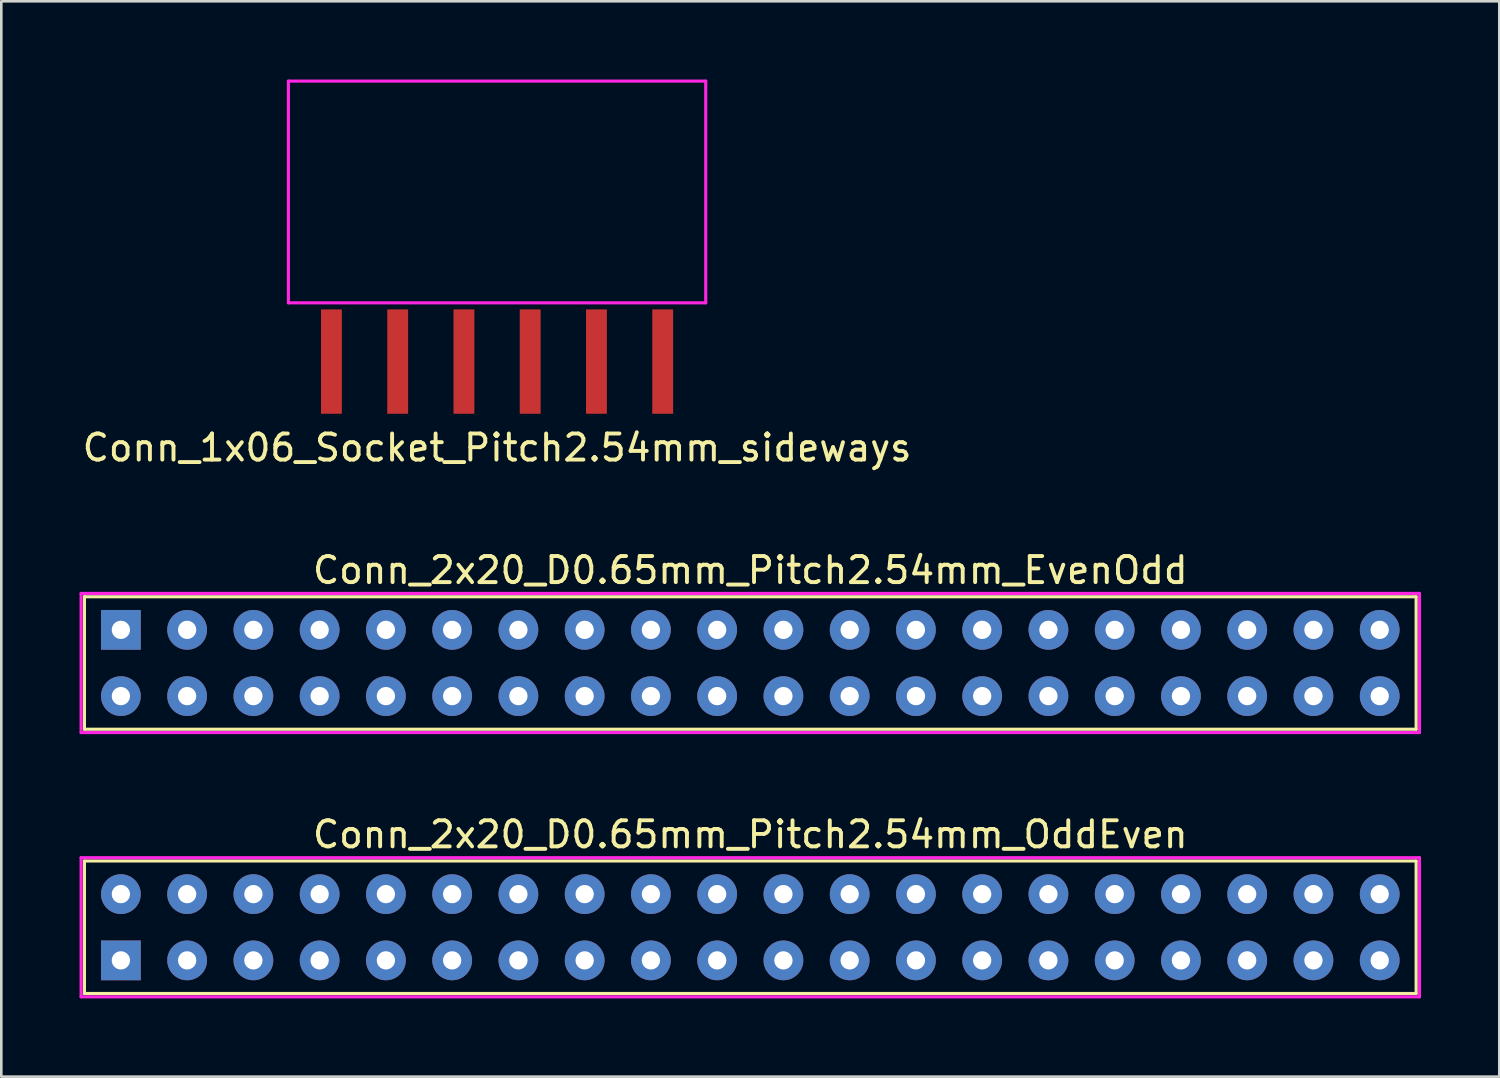
<source format=kicad_pcb>
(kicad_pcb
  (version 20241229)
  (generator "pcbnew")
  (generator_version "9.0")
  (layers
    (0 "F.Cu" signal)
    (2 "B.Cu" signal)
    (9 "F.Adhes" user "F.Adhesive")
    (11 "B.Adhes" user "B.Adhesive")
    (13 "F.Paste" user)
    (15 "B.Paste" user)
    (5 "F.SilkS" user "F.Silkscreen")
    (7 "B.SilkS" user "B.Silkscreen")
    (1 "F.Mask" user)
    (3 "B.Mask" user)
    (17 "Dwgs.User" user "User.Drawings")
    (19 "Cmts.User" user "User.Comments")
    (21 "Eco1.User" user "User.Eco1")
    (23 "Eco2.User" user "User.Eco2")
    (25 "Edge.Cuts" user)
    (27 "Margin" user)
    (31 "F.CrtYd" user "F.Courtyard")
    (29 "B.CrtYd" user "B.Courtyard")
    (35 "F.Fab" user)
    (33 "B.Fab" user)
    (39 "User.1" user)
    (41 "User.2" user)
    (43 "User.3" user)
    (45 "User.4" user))
  (footprint "Conn_1x06_Socket_Pitch2.54mm_sideways"
    (layer "F.Cu")
    (at 16.006 4.31)
    (property "Reference" "Conn_1x06_Socket_Pitch2.54mm_sideways" (at 0 9.804 0) (layer "F.SilkS") (effects (font (size 1 1) (thickness 0.15))))
    (attr through_hole)
    (fp_line (start -8 -4.25) (end -8 4.25) (stroke (width 0.12) (type solid)) (layer "F.CrtYd"))
    (fp_line (start -8 -4.25) (end 8 -4.25) (stroke (width 0.12) (type solid)) (layer "F.CrtYd"))
    (fp_line (start -8 4.25) (end 8 4.25) (stroke (width 0.12) (type solid)) (layer "F.CrtYd"))
    (fp_line (start 8 -4.25) (end 8 4.25) (stroke (width 0.12) (type solid)) (layer "F.CrtYd"))
    (pad "1" smd rect (at -6.35 6.502) (size 0.8 4) (layers "F.Cu" "F.Mask" "F.Paste"))
    (pad "2" smd rect (at -3.81 6.502) (size 0.8 4) (layers "F.Cu" "F.Mask" "F.Paste"))
    (pad "3" smd rect (at -1.27 6.502) (size 0.8 4) (layers "F.Cu" "F.Mask" "F.Paste"))
    (pad "4" smd rect (at 1.27 6.502) (size 0.8 4) (layers "F.Cu" "F.Mask" "F.Paste"))
    (pad "5" smd rect (at 3.81 6.502) (size 0.8 4) (layers "F.Cu" "F.Mask" "F.Paste"))
    (pad "6" smd rect (at 6.35 6.502) (size 0.8 4) (layers "F.Cu" "F.Mask" "F.Paste")))
  (footprint "Conn_2x20_D0.65mm_Pitch2.54mm_EvenOdd"
    (layer "F.Cu")
    (at 25.714 22.367)
    (property "Reference" "Conn_2x20_D0.65mm_Pitch2.54mm_EvenOdd" (at 0 -3.556 0) (layer "F.SilkS") (effects (font (size 1 1) (thickness 0.15))))
    (attr through_hole)
    (fp_line (start -25.527 -2.54) (end -25.527 2.54) (stroke (width 0.12) (type solid)) (layer "F.SilkS"))
    (fp_line (start 25.527 -2.54) (end -25.527 -2.54) (stroke (width 0.12) (type solid)) (layer "F.SilkS"))
    (fp_line (start 25.527 -2.54) (end 25.527 2.54) (stroke (width 0.12) (type solid)) (layer "F.SilkS"))
    (fp_line (start 25.527 2.54) (end -25.527 2.54) (stroke (width 0.12) (type solid)) (layer "F.SilkS"))
    (fp_line (start -25.654 -2.667) (end 25.654 -2.667) (stroke (width 0.12) (type solid)) (layer "F.CrtYd"))
    (fp_line (start -25.654 2.667) (end -25.654 -2.667) (stroke (width 0.12) (type solid)) (layer "F.CrtYd"))
    (fp_line (start -25.654 2.667) (end 25.654 2.667) (stroke (width 0.12) (type solid)) (layer "F.CrtYd"))
    (fp_line (start 25.654 2.667) (end 25.654 -2.667) (stroke (width 0.12) (type solid)) (layer "F.CrtYd"))
    (pad "1" thru_hole rect (at -24.13 -1.27) (size 1.524 1.524) (drill 0.7) (layers "*.Cu" "*.Mask"))
    (pad "2" thru_hole circle (at -24.13 1.27) (size 1.524 1.524) (drill 0.7) (layers "*.Cu" "*.Mask"))
    (pad "3" thru_hole circle (at -21.59 -1.27) (size 1.524 1.524) (drill 0.7) (layers "*.Cu" "*.Mask"))
    (pad "4" thru_hole circle (at -21.59 1.27) (size 1.524 1.524) (drill 0.7) (layers "*.Cu" "*.Mask"))
    (pad "5" thru_hole circle (at -19.05 -1.27) (size 1.524 1.524) (drill 0.7) (layers "*.Cu" "*.Mask"))
    (pad "6" thru_hole circle (at -19.05 1.27) (size 1.524 1.524) (drill 0.7) (layers "*.Cu" "*.Mask"))
    (pad "7" thru_hole circle (at -16.51 -1.27) (size 1.524 1.524) (drill 0.7) (layers "*.Cu" "*.Mask"))
    (pad "8" thru_hole circle (at -16.51 1.27) (size 1.524 1.524) (drill 0.7) (layers "*.Cu" "*.Mask"))
    (pad "9" thru_hole circle (at -13.97 -1.27) (size 1.524 1.524) (drill 0.7) (layers "*.Cu" "*.Mask"))
    (pad "10" thru_hole circle (at -13.97 1.27) (size 1.524 1.524) (drill 0.7) (layers "*.Cu" "*.Mask"))
    (pad "11" thru_hole circle (at -11.43 -1.27) (size 1.524 1.524) (drill 0.7) (layers "*.Cu" "*.Mask"))
    (pad "12" thru_hole circle (at -11.43 1.27) (size 1.524 1.524) (drill 0.7) (layers "*.Cu" "*.Mask"))
    (pad "13" thru_hole circle (at -8.89 -1.27) (size 1.524 1.524) (drill 0.7) (layers "*.Cu" "*.Mask"))
    (pad "14" thru_hole circle (at -8.89 1.27) (size 1.524 1.524) (drill 0.7) (layers "*.Cu" "*.Mask"))
    (pad "15" thru_hole circle (at -6.35 -1.27) (size 1.524 1.524) (drill 0.7) (layers "*.Cu" "*.Mask"))
    (pad "16" thru_hole circle (at -6.35 1.27) (size 1.524 1.524) (drill 0.7) (layers "*.Cu" "*.Mask"))
    (pad "17" thru_hole circle (at -3.81 -1.27) (size 1.524 1.524) (drill 0.7) (layers "*.Cu" "*.Mask"))
    (pad "18" thru_hole circle (at -3.81 1.27) (size 1.524 1.524) (drill 0.7) (layers "*.Cu" "*.Mask"))
    (pad "19" thru_hole circle (at -1.27 -1.27) (size 1.524 1.524) (drill 0.7) (layers "*.Cu" "*.Mask"))
    (pad "20" thru_hole circle (at -1.27 1.27) (size 1.524 1.524) (drill 0.7) (layers "*.Cu" "*.Mask"))
    (pad "21" thru_hole circle (at 1.27 -1.27) (size 1.524 1.524) (drill 0.7) (layers "*.Cu" "*.Mask"))
    (pad "22" thru_hole circle (at 1.27 1.27) (size 1.524 1.524) (drill 0.7) (layers "*.Cu" "*.Mask"))
    (pad "23" thru_hole circle (at 3.81 -1.27) (size 1.524 1.524) (drill 0.7) (layers "*.Cu" "*.Mask"))
    (pad "24" thru_hole circle (at 3.81 1.27) (size 1.524 1.524) (drill 0.7) (layers "*.Cu" "*.Mask"))
    (pad "25" thru_hole circle (at 6.35 -1.27) (size 1.524 1.524) (drill 0.7) (layers "*.Cu" "*.Mask"))
    (pad "26" thru_hole circle (at 6.35 1.27) (size 1.524 1.524) (drill 0.7) (layers "*.Cu" "*.Mask"))
    (pad "27" thru_hole circle (at 8.89 -1.27) (size 1.524 1.524) (drill 0.7) (layers "*.Cu" "*.Mask"))
    (pad "28" thru_hole circle (at 8.89 1.27) (size 1.524 1.524) (drill 0.7) (layers "*.Cu" "*.Mask"))
    (pad "29" thru_hole circle (at 11.43 -1.27) (size 1.524 1.524) (drill 0.7) (layers "*.Cu" "*.Mask"))
    (pad "30" thru_hole circle (at 11.43 1.27) (size 1.524 1.524) (drill 0.7) (layers "*.Cu" "*.Mask"))
    (pad "31" thru_hole circle (at 13.97 -1.27) (size 1.524 1.524) (drill 0.7) (layers "*.Cu" "*.Mask"))
    (pad "32" thru_hole circle (at 13.97 1.27) (size 1.524 1.524) (drill 0.7) (layers "*.Cu" "*.Mask"))
    (pad "33" thru_hole circle (at 16.51 -1.27) (size 1.524 1.524) (drill 0.7) (layers "*.Cu" "*.Mask"))
    (pad "34" thru_hole circle (at 16.51 1.27) (size 1.524 1.524) (drill 0.7) (layers "*.Cu" "*.Mask"))
    (pad "35" thru_hole circle (at 19.05 -1.27) (size 1.524 1.524) (drill 0.7) (layers "*.Cu" "*.Mask"))
    (pad "36" thru_hole circle (at 19.05 1.27) (size 1.524 1.524) (drill 0.7) (layers "*.Cu" "*.Mask"))
    (pad "37" thru_hole circle (at 21.59 -1.27) (size 1.524 1.524) (drill 0.7) (layers "*.Cu" "*.Mask"))
    (pad "38" thru_hole circle (at 21.59 1.27) (size 1.524 1.524) (drill 0.7) (layers "*.Cu" "*.Mask"))
    (pad "39" thru_hole circle (at 24.13 -1.27) (size 1.524 1.524) (drill 0.7) (layers "*.Cu" "*.Mask"))
    (pad "40" thru_hole circle (at 24.13 1.27) (size 1.524 1.524) (drill 0.7) (layers "*.Cu" "*.Mask")))
  (footprint "Conn_2x20_D0.65mm_Pitch2.54mm_OddEven"
    (layer "F.Cu")
    (at 25.714 32.498)
    (property "Reference" "Conn_2x20_D0.65mm_Pitch2.54mm_OddEven" (at 0 -3.556 0) (layer "F.SilkS") (effects (font (size 1 1) (thickness 0.15))))
    (attr through_hole)
    (fp_line (start -25.527 -2.54) (end -25.527 2.54) (stroke (width 0.12) (type solid)) (layer "F.SilkS"))
    (fp_line (start 25.527 -2.54) (end -25.527 -2.54) (stroke (width 0.12) (type solid)) (layer "F.SilkS"))
    (fp_line (start 25.527 -2.54) (end 25.527 2.54) (stroke (width 0.12) (type solid)) (layer "F.SilkS"))
    (fp_line (start 25.527 2.54) (end -25.527 2.54) (stroke (width 0.12) (type solid)) (layer "F.SilkS"))
    (fp_line (start -25.654 -2.667) (end 25.654 -2.667) (stroke (width 0.12) (type solid)) (layer "F.CrtYd"))
    (fp_line (start -25.654 2.667) (end -25.654 -2.667) (stroke (width 0.12) (type solid)) (layer "F.CrtYd"))
    (fp_line (start -25.654 2.667) (end 25.654 2.667) (stroke (width 0.12) (type solid)) (layer "F.CrtYd"))
    (fp_line (start 25.654 2.667) (end 25.654 -2.667) (stroke (width 0.12) (type solid)) (layer "F.CrtYd"))
    (pad "1" thru_hole rect (at -24.13 1.27) (size 1.524 1.524) (drill 0.7) (layers "*.Cu" "*.Mask"))
    (pad "2" thru_hole circle (at -24.13 -1.27) (size 1.524 1.524) (drill 0.7) (layers "*.Cu" "*.Mask"))
    (pad "3" thru_hole circle (at -21.59 1.27) (size 1.524 1.524) (drill 0.7) (layers "*.Cu" "*.Mask"))
    (pad "4" thru_hole circle (at -21.59 -1.27) (size 1.524 1.524) (drill 0.7) (layers "*.Cu" "*.Mask"))
    (pad "5" thru_hole circle (at -19.05 1.27) (size 1.524 1.524) (drill 0.7) (layers "*.Cu" "*.Mask"))
    (pad "6" thru_hole circle (at -19.05 -1.27) (size 1.524 1.524) (drill 0.7) (layers "*.Cu" "*.Mask"))
    (pad "7" thru_hole circle (at -16.51 1.27) (size 1.524 1.524) (drill 0.7) (layers "*.Cu" "*.Mask"))
    (pad "8" thru_hole circle (at -16.51 -1.27) (size 1.524 1.524) (drill 0.7) (layers "*.Cu" "*.Mask"))
    (pad "9" thru_hole circle (at -13.97 1.27) (size 1.524 1.524) (drill 0.7) (layers "*.Cu" "*.Mask"))
    (pad "10" thru_hole circle (at -13.97 -1.27) (size 1.524 1.524) (drill 0.7) (layers "*.Cu" "*.Mask"))
    (pad "11" thru_hole circle (at -11.43 1.27) (size 1.524 1.524) (drill 0.7) (layers "*.Cu" "*.Mask"))
    (pad "12" thru_hole circle (at -11.43 -1.27) (size 1.524 1.524) (drill 0.7) (layers "*.Cu" "*.Mask"))
    (pad "13" thru_hole circle (at -8.89 1.27) (size 1.524 1.524) (drill 0.7) (layers "*.Cu" "*.Mask"))
    (pad "14" thru_hole circle (at -8.89 -1.27) (size 1.524 1.524) (drill 0.7) (layers "*.Cu" "*.Mask"))
    (pad "15" thru_hole circle (at -6.35 1.27) (size 1.524 1.524) (drill 0.7) (layers "*.Cu" "*.Mask"))
    (pad "16" thru_hole circle (at -6.35 -1.27) (size 1.524 1.524) (drill 0.7) (layers "*.Cu" "*.Mask"))
    (pad "17" thru_hole circle (at -3.81 1.27) (size 1.524 1.524) (drill 0.7) (layers "*.Cu" "*.Mask"))
    (pad "18" thru_hole circle (at -3.81 -1.27) (size 1.524 1.524) (drill 0.7) (layers "*.Cu" "*.Mask"))
    (pad "19" thru_hole circle (at -1.27 1.27) (size 1.524 1.524) (drill 0.7) (layers "*.Cu" "*.Mask"))
    (pad "20" thru_hole circle (at -1.27 -1.27) (size 1.524 1.524) (drill 0.7) (layers "*.Cu" "*.Mask"))
    (pad "21" thru_hole circle (at 1.27 1.27) (size 1.524 1.524) (drill 0.7) (layers "*.Cu" "*.Mask"))
    (pad "22" thru_hole circle (at 1.27 -1.27) (size 1.524 1.524) (drill 0.7) (layers "*.Cu" "*.Mask"))
    (pad "23" thru_hole circle (at 3.81 1.27) (size 1.524 1.524) (drill 0.7) (layers "*.Cu" "*.Mask"))
    (pad "24" thru_hole circle (at 3.81 -1.27) (size 1.524 1.524) (drill 0.7) (layers "*.Cu" "*.Mask"))
    (pad "25" thru_hole circle (at 6.35 1.27) (size 1.524 1.524) (drill 0.7) (layers "*.Cu" "*.Mask"))
    (pad "26" thru_hole circle (at 6.35 -1.27) (size 1.524 1.524) (drill 0.7) (layers "*.Cu" "*.Mask"))
    (pad "27" thru_hole circle (at 8.89 1.27) (size 1.524 1.524) (drill 0.7) (layers "*.Cu" "*.Mask"))
    (pad "28" thru_hole circle (at 8.89 -1.27) (size 1.524 1.524) (drill 0.7) (layers "*.Cu" "*.Mask"))
    (pad "29" thru_hole circle (at 11.43 1.27) (size 1.524 1.524) (drill 0.7) (layers "*.Cu" "*.Mask"))
    (pad "30" thru_hole circle (at 11.43 -1.27) (size 1.524 1.524) (drill 0.7) (layers "*.Cu" "*.Mask"))
    (pad "31" thru_hole circle (at 13.97 1.27) (size 1.524 1.524) (drill 0.7) (layers "*.Cu" "*.Mask"))
    (pad "32" thru_hole circle (at 13.97 -1.27) (size 1.524 1.524) (drill 0.7) (layers "*.Cu" "*.Mask"))
    (pad "33" thru_hole circle (at 16.51 1.27) (size 1.524 1.524) (drill 0.7) (layers "*.Cu" "*.Mask"))
    (pad "34" thru_hole circle (at 16.51 -1.27) (size 1.524 1.524) (drill 0.7) (layers "*.Cu" "*.Mask"))
    (pad "35" thru_hole circle (at 19.05 1.27) (size 1.524 1.524) (drill 0.7) (layers "*.Cu" "*.Mask"))
    (pad "36" thru_hole circle (at 19.05 -1.27) (size 1.524 1.524) (drill 0.7) (layers "*.Cu" "*.Mask"))
    (pad "37" thru_hole circle (at 21.59 1.27) (size 1.524 1.524) (drill 0.7) (layers "*.Cu" "*.Mask"))
    (pad "38" thru_hole circle (at 21.59 -1.27) (size 1.524 1.524) (drill 0.7) (layers "*.Cu" "*.Mask"))
    (pad "39" thru_hole circle (at 24.13 1.27) (size 1.524 1.524) (drill 0.7) (layers "*.Cu" "*.Mask"))
    (pad "40" thru_hole circle (at 24.13 -1.27) (size 1.524 1.524) (drill 0.7) (layers "*.Cu" "*.Mask")))
  (gr_rect
    (start -3 -3)
    (end 54.428 38.225)
    (stroke (width 0.1) (type default))
    (fill no)
    (layer "Edge.Cuts")))
</source>
